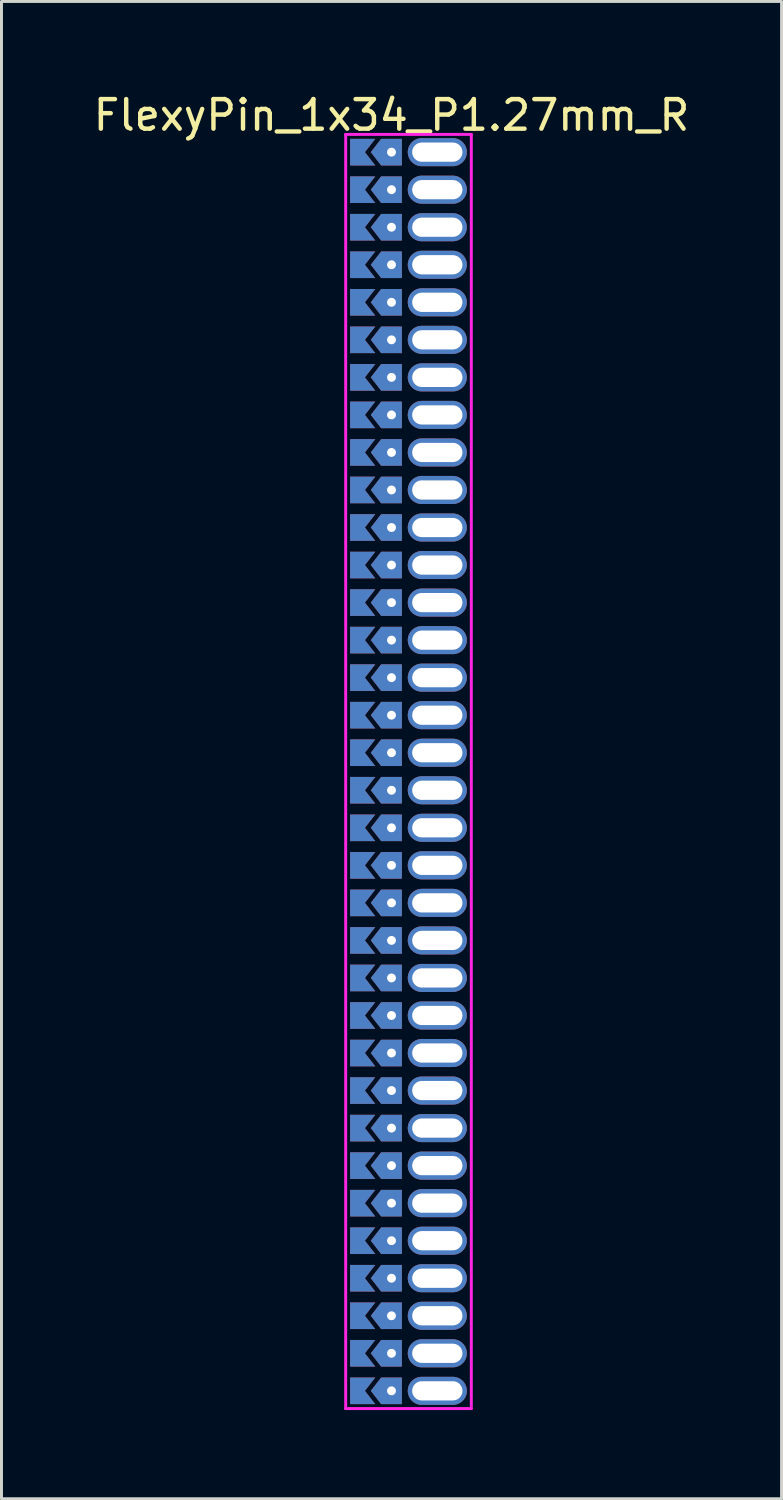
<source format=kicad_pcb>
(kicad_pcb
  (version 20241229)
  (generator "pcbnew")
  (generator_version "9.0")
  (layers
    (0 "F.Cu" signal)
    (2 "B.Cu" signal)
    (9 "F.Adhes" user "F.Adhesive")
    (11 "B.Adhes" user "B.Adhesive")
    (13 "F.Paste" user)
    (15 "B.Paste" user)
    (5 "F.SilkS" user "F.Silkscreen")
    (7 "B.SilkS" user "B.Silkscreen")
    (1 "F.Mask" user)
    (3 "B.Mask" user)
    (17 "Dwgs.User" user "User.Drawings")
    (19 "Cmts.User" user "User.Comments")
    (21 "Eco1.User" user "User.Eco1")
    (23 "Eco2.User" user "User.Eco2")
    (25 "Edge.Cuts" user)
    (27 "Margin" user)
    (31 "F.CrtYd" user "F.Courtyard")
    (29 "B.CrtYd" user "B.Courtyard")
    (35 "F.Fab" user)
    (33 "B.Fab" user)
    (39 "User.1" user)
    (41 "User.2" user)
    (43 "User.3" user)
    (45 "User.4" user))
  (footprint "FlexyPin_1x34_P1.27mm_R"
    (layer "F.Cu")
    (at 10.196 2.098)
    (property "Reference" "FlexyPin_1x34_P1.27mm_R" (at 0 -1.25 0) (layer "F.SilkS") (effects (font (size 1 1) (thickness 0.15))))
    (attr through_hole)
    (fp_line (start -1.55 -0.6) (end 2.7 -0.6) (stroke (width 0.1) (type solid)) (layer "F.CrtYd"))
    (fp_line (start -1.55 42.51) (end -1.55 -0.6) (stroke (width 0.1) (type solid)) (layer "F.CrtYd"))
    (fp_line (start 2.7 -0.6) (end 2.7 42.51) (stroke (width 0.1) (type solid)) (layer "F.CrtYd"))
    (fp_line (start 2.7 42.51) (end -1.55 42.51) (stroke (width 0.1) (type solid)) (layer "F.CrtYd"))
    (pad "" thru_hole custom (at 0 0) (size 0.3 0.3) (drill 0.6) (layers "*.Cu" "*.Mask") (options (anchor rect)) (primitives (gr_poly (pts (xy 0.35 0.45) (xy 0.35 -0.45) (xy -0.35 -0.45) (xy -0.7 0) (xy -0.35 0.45)) (width 0) (fill yes))))
    (pad "" thru_hole custom (at 0 1.27) (size 0.3 0.3) (drill 0.6) (layers "*.Cu" "*.Mask") (options (anchor rect)) (primitives (gr_poly (pts (xy 0.35 0.45) (xy 0.35 -0.45) (xy -0.35 -0.45) (xy -0.7 0) (xy -0.35 0.45)) (width 0) (fill yes))))
    (pad "" thru_hole custom (at 0 2.54) (size 0.3 0.3) (drill 0.6) (layers "*.Cu" "*.Mask") (options (anchor rect)) (primitives (gr_poly (pts (xy 0.35 0.45) (xy 0.35 -0.45) (xy -0.35 -0.45) (xy -0.7 0) (xy -0.35 0.45)) (width 0) (fill yes))))
    (pad "" thru_hole custom (at 0 3.81) (size 0.3 0.3) (drill 0.6) (layers "*.Cu" "*.Mask") (options (anchor rect)) (primitives (gr_poly (pts (xy 0.35 0.45) (xy 0.35 -0.45) (xy -0.35 -0.45) (xy -0.7 0) (xy -0.35 0.45)) (width 0) (fill yes))))
    (pad "" thru_hole custom (at 0 5.08) (size 0.3 0.3) (drill 0.6) (layers "*.Cu" "*.Mask") (options (anchor rect)) (primitives (gr_poly (pts (xy 0.35 0.45) (xy 0.35 -0.45) (xy -0.35 -0.45) (xy -0.7 0) (xy -0.35 0.45)) (width 0) (fill yes))))
    (pad "" thru_hole custom (at 0 6.35) (size 0.3 0.3) (drill 0.6) (layers "*.Cu" "*.Mask") (options (anchor rect)) (primitives (gr_poly (pts (xy 0.35 0.45) (xy 0.35 -0.45) (xy -0.35 -0.45) (xy -0.7 0) (xy -0.35 0.45)) (width 0) (fill yes))))
    (pad "" thru_hole custom (at 0 7.62) (size 0.3 0.3) (drill 0.6) (layers "*.Cu" "*.Mask") (options (anchor rect)) (primitives (gr_poly (pts (xy 0.35 0.45) (xy 0.35 -0.45) (xy -0.35 -0.45) (xy -0.7 0) (xy -0.35 0.45)) (width 0) (fill yes))))
    (pad "" thru_hole custom (at 0 8.89) (size 0.3 0.3) (drill 0.6) (layers "*.Cu" "*.Mask") (options (anchor rect)) (primitives (gr_poly (pts (xy 0.35 0.45) (xy 0.35 -0.45) (xy -0.35 -0.45) (xy -0.7 0) (xy -0.35 0.45)) (width 0) (fill yes))))
    (pad "" thru_hole custom (at 0 10.16) (size 0.3 0.3) (drill 0.6) (layers "*.Cu" "*.Mask") (options (anchor rect)) (primitives (gr_poly (pts (xy 0.35 0.45) (xy 0.35 -0.45) (xy -0.35 -0.45) (xy -0.7 0) (xy -0.35 0.45)) (width 0) (fill yes))))
    (pad "" thru_hole custom (at 0 11.43) (size 0.3 0.3) (drill 0.6) (layers "*.Cu" "*.Mask") (options (anchor rect)) (primitives (gr_poly (pts (xy 0.35 0.45) (xy 0.35 -0.45) (xy -0.35 -0.45) (xy -0.7 0) (xy -0.35 0.45)) (width 0) (fill yes))))
    (pad "" thru_hole custom (at 0 12.7) (size 0.3 0.3) (drill 0.6) (layers "*.Cu" "*.Mask") (options (anchor rect)) (primitives (gr_poly (pts (xy 0.35 0.45) (xy 0.35 -0.45) (xy -0.35 -0.45) (xy -0.7 0) (xy -0.35 0.45)) (width 0) (fill yes))))
    (pad "" thru_hole custom (at 0 13.97) (size 0.3 0.3) (drill 0.6) (layers "*.Cu" "*.Mask") (options (anchor rect)) (primitives (gr_poly (pts (xy 0.35 0.45) (xy 0.35 -0.45) (xy -0.35 -0.45) (xy -0.7 0) (xy -0.35 0.45)) (width 0) (fill yes))))
    (pad "" thru_hole custom (at 0 15.24) (size 0.3 0.3) (drill 0.6) (layers "*.Cu" "*.Mask") (options (anchor rect)) (primitives (gr_poly (pts (xy 0.35 0.45) (xy 0.35 -0.45) (xy -0.35 -0.45) (xy -0.7 0) (xy -0.35 0.45)) (width 0) (fill yes))))
    (pad "" thru_hole custom (at 0 16.51) (size 0.3 0.3) (drill 0.6) (layers "*.Cu" "*.Mask") (options (anchor rect)) (primitives (gr_poly (pts (xy 0.35 0.45) (xy 0.35 -0.45) (xy -0.35 -0.45) (xy -0.7 0) (xy -0.35 0.45)) (width 0) (fill yes))))
    (pad "" thru_hole custom (at 0 17.78) (size 0.3 0.3) (drill 0.6) (layers "*.Cu" "*.Mask") (options (anchor rect)) (primitives (gr_poly (pts (xy 0.35 0.45) (xy 0.35 -0.45) (xy -0.35 -0.45) (xy -0.7 0) (xy -0.35 0.45)) (width 0) (fill yes))))
    (pad "" thru_hole custom (at 0 19.05) (size 0.3 0.3) (drill 0.6) (layers "*.Cu" "*.Mask") (options (anchor rect)) (primitives (gr_poly (pts (xy 0.35 0.45) (xy 0.35 -0.45) (xy -0.35 -0.45) (xy -0.7 0) (xy -0.35 0.45)) (width 0) (fill yes))))
    (pad "" thru_hole custom (at 0 20.32) (size 0.3 0.3) (drill 0.6) (layers "*.Cu" "*.Mask") (options (anchor rect)) (primitives (gr_poly (pts (xy 0.35 0.45) (xy 0.35 -0.45) (xy -0.35 -0.45) (xy -0.7 0) (xy -0.35 0.45)) (width 0) (fill yes))))
    (pad "" thru_hole custom (at 0 21.59) (size 0.3 0.3) (drill 0.6) (layers "*.Cu" "*.Mask") (options (anchor rect)) (primitives (gr_poly (pts (xy 0.35 0.45) (xy 0.35 -0.45) (xy -0.35 -0.45) (xy -0.7 0) (xy -0.35 0.45)) (width 0) (fill yes))))
    (pad "" thru_hole custom (at 0 22.86) (size 0.3 0.3) (drill 0.6) (layers "*.Cu" "*.Mask") (options (anchor rect)) (primitives (gr_poly (pts (xy 0.35 0.45) (xy 0.35 -0.45) (xy -0.35 -0.45) (xy -0.7 0) (xy -0.35 0.45)) (width 0) (fill yes))))
    (pad "" thru_hole custom (at 0 24.13) (size 0.3 0.3) (drill 0.6) (layers "*.Cu" "*.Mask") (options (anchor rect)) (primitives (gr_poly (pts (xy 0.35 0.45) (xy 0.35 -0.45) (xy -0.35 -0.45) (xy -0.7 0) (xy -0.35 0.45)) (width 0) (fill yes))))
    (pad "" thru_hole custom (at 0 25.4) (size 0.3 0.3) (drill 0.6) (layers "*.Cu" "*.Mask") (options (anchor rect)) (primitives (gr_poly (pts (xy 0.35 0.45) (xy 0.35 -0.45) (xy -0.35 -0.45) (xy -0.7 0) (xy -0.35 0.45)) (width 0) (fill yes))))
    (pad "" thru_hole custom (at 0 26.67) (size 0.3 0.3) (drill 0.6) (layers "*.Cu" "*.Mask") (options (anchor rect)) (primitives (gr_poly (pts (xy 0.35 0.45) (xy 0.35 -0.45) (xy -0.35 -0.45) (xy -0.7 0) (xy -0.35 0.45)) (width 0) (fill yes))))
    (pad "" thru_hole custom (at 0 27.94) (size 0.3 0.3) (drill 0.6) (layers "*.Cu" "*.Mask") (options (anchor rect)) (primitives (gr_poly (pts (xy 0.35 0.45) (xy 0.35 -0.45) (xy -0.35 -0.45) (xy -0.7 0) (xy -0.35 0.45)) (width 0) (fill yes))))
    (pad "" thru_hole custom (at 0 29.21) (size 0.3 0.3) (drill 0.6) (layers "*.Cu" "*.Mask") (options (anchor rect)) (primitives (gr_poly (pts (xy 0.35 0.45) (xy 0.35 -0.45) (xy -0.35 -0.45) (xy -0.7 0) (xy -0.35 0.45)) (width 0) (fill yes))))
    (pad "" thru_hole custom (at 0 30.48) (size 0.3 0.3) (drill 0.6) (layers "*.Cu" "*.Mask") (options (anchor rect)) (primitives (gr_poly (pts (xy 0.35 0.45) (xy 0.35 -0.45) (xy -0.35 -0.45) (xy -0.7 0) (xy -0.35 0.45)) (width 0) (fill yes))))
    (pad "" thru_hole custom (at 0 31.75) (size 0.3 0.3) (drill 0.6) (layers "*.Cu" "*.Mask") (options (anchor rect)) (primitives (gr_poly (pts (xy 0.35 0.45) (xy 0.35 -0.45) (xy -0.35 -0.45) (xy -0.7 0) (xy -0.35 0.45)) (width 0) (fill yes))))
    (pad "" thru_hole custom (at 0 33.02) (size 0.3 0.3) (drill 0.6) (layers "*.Cu" "*.Mask") (options (anchor rect)) (primitives (gr_poly (pts (xy 0.35 0.45) (xy 0.35 -0.45) (xy -0.35 -0.45) (xy -0.7 0) (xy -0.35 0.45)) (width 0) (fill yes))))
    (pad "" thru_hole custom (at 0 34.29) (size 0.3 0.3) (drill 0.6) (layers "*.Cu" "*.Mask") (options (anchor rect)) (primitives (gr_poly (pts (xy 0.35 0.45) (xy 0.35 -0.45) (xy -0.35 -0.45) (xy -0.7 0) (xy -0.35 0.45)) (width 0) (fill yes))))
    (pad "" thru_hole custom (at 0 35.56) (size 0.3 0.3) (drill 0.6) (layers "*.Cu" "*.Mask") (options (anchor rect)) (primitives (gr_poly (pts (xy 0.35 0.45) (xy 0.35 -0.45) (xy -0.35 -0.45) (xy -0.7 0) (xy -0.35 0.45)) (width 0) (fill yes))))
    (pad "" thru_hole custom (at 0 36.83) (size 0.3 0.3) (drill 0.6) (layers "*.Cu" "*.Mask") (options (anchor rect)) (primitives (gr_poly (pts (xy 0.35 0.45) (xy 0.35 -0.45) (xy -0.35 -0.45) (xy -0.7 0) (xy -0.35 0.45)) (width 0) (fill yes))))
    (pad "" thru_hole custom (at 0 38.1) (size 0.3 0.3) (drill 0.6) (layers "*.Cu" "*.Mask") (options (anchor rect)) (primitives (gr_poly (pts (xy 0.35 0.45) (xy 0.35 -0.45) (xy -0.35 -0.45) (xy -0.7 0) (xy -0.35 0.45)) (width 0) (fill yes))))
    (pad "" thru_hole custom (at 0 39.37) (size 0.3 0.3) (drill 0.6) (layers "*.Cu" "*.Mask") (options (anchor rect)) (primitives (gr_poly (pts (xy 0.35 0.45) (xy 0.35 -0.45) (xy -0.35 -0.45) (xy -0.7 0) (xy -0.35 0.45)) (width 0) (fill yes))))
    (pad "" thru_hole custom (at 0 40.64) (size 0.3 0.3) (drill 0.6) (layers "*.Cu" "*.Mask") (options (anchor rect)) (primitives (gr_poly (pts (xy 0.35 0.45) (xy 0.35 -0.45) (xy -0.35 -0.45) (xy -0.7 0) (xy -0.35 0.45)) (width 0) (fill yes))))
    (pad "" thru_hole custom (at 0 41.91) (size 0.3 0.3) (drill 0.6) (layers "*.Cu" "*.Mask") (options (anchor rect)) (primitives (gr_poly (pts (xy 0.35 0.45) (xy 0.35 -0.45) (xy -0.35 -0.45) (xy -0.7 0) (xy -0.35 0.45)) (width 0) (fill yes))))
    (pad "" thru_hole oval (at 1.55 0) (size 2 0.95) (drill oval 1.7 0.65) (layers "*.Cu" "*.Mask"))
    (pad "" thru_hole oval (at 1.55 1.27) (size 2 0.95) (drill oval 1.7 0.65) (layers "*.Cu" "*.Mask"))
    (pad "" thru_hole oval (at 1.55 2.54) (size 2 0.95) (drill oval 1.7 0.65) (layers "*.Cu" "*.Mask"))
    (pad "" thru_hole oval (at 1.55 3.81) (size 2 0.95) (drill oval 1.7 0.65) (layers "*.Cu" "*.Mask"))
    (pad "" thru_hole oval (at 1.55 5.08) (size 2 0.95) (drill oval 1.7 0.65) (layers "*.Cu" "*.Mask"))
    (pad "" thru_hole oval (at 1.55 6.35) (size 2 0.95) (drill oval 1.7 0.65) (layers "*.Cu" "*.Mask"))
    (pad "" thru_hole oval (at 1.55 7.62) (size 2 0.95) (drill oval 1.7 0.65) (layers "*.Cu" "*.Mask"))
    (pad "" thru_hole oval (at 1.55 8.89) (size 2 0.95) (drill oval 1.7 0.65) (layers "*.Cu" "*.Mask"))
    (pad "" thru_hole oval (at 1.55 10.16) (size 2 0.95) (drill oval 1.7 0.65) (layers "*.Cu" "*.Mask"))
    (pad "" thru_hole oval (at 1.55 11.43) (size 2 0.95) (drill oval 1.7 0.65) (layers "*.Cu" "*.Mask"))
    (pad "" thru_hole oval (at 1.55 12.7) (size 2 0.95) (drill oval 1.7 0.65) (layers "*.Cu" "*.Mask"))
    (pad "" thru_hole oval (at 1.55 13.97) (size 2 0.95) (drill oval 1.7 0.65) (layers "*.Cu" "*.Mask"))
    (pad "" thru_hole oval (at 1.55 15.24) (size 2 0.95) (drill oval 1.7 0.65) (layers "*.Cu" "*.Mask"))
    (pad "" thru_hole oval (at 1.55 16.51) (size 2 0.95) (drill oval 1.7 0.65) (layers "*.Cu" "*.Mask"))
    (pad "" thru_hole oval (at 1.55 17.78) (size 2 0.95) (drill oval 1.7 0.65) (layers "*.Cu" "*.Mask"))
    (pad "" thru_hole oval (at 1.55 19.05) (size 2 0.95) (drill oval 1.7 0.65) (layers "*.Cu" "*.Mask"))
    (pad "" thru_hole oval (at 1.55 20.32) (size 2 0.95) (drill oval 1.7 0.65) (layers "*.Cu" "*.Mask"))
    (pad "" thru_hole oval (at 1.55 21.59) (size 2 0.95) (drill oval 1.7 0.65) (layers "*.Cu" "*.Mask"))
    (pad "" thru_hole oval (at 1.55 22.86) (size 2 0.95) (drill oval 1.7 0.65) (layers "*.Cu" "*.Mask"))
    (pad "" thru_hole oval (at 1.55 24.13) (size 2 0.95) (drill oval 1.7 0.65) (layers "*.Cu" "*.Mask"))
    (pad "" thru_hole oval (at 1.55 25.4) (size 2 0.95) (drill oval 1.7 0.65) (layers "*.Cu" "*.Mask"))
    (pad "" thru_hole oval (at 1.55 26.67) (size 2 0.95) (drill oval 1.7 0.65) (layers "*.Cu" "*.Mask"))
    (pad "" thru_hole oval (at 1.55 27.94) (size 2 0.95) (drill oval 1.7 0.65) (layers "*.Cu" "*.Mask"))
    (pad "" thru_hole oval (at 1.55 29.21) (size 2 0.95) (drill oval 1.7 0.65) (layers "*.Cu" "*.Mask"))
    (pad "" thru_hole oval (at 1.55 30.48) (size 2 0.95) (drill oval 1.7 0.65) (layers "*.Cu" "*.Mask"))
    (pad "" thru_hole oval (at 1.55 31.75) (size 2 0.95) (drill oval 1.7 0.65) (layers "*.Cu" "*.Mask"))
    (pad "" thru_hole oval (at 1.55 33.02) (size 2 0.95) (drill oval 1.7 0.65) (layers "*.Cu" "*.Mask"))
    (pad "" thru_hole oval (at 1.55 34.29) (size 2 0.95) (drill oval 1.7 0.65) (layers "*.Cu" "*.Mask"))
    (pad "" thru_hole oval (at 1.55 35.56) (size 2 0.95) (drill oval 1.7 0.65) (layers "*.Cu" "*.Mask"))
    (pad "" thru_hole oval (at 1.55 36.83) (size 2 0.95) (drill oval 1.7 0.65) (layers "*.Cu" "*.Mask"))
    (pad "" thru_hole oval (at 1.55 38.1) (size 2 0.95) (drill oval 1.7 0.65) (layers "*.Cu" "*.Mask"))
    (pad "" thru_hole oval (at 1.55 39.37) (size 2 0.95) (drill oval 1.7 0.65) (layers "*.Cu" "*.Mask"))
    (pad "" thru_hole oval (at 1.55 40.64) (size 2 0.95) (drill oval 1.7 0.65) (layers "*.Cu" "*.Mask"))
    (pad "" thru_hole oval (at 1.55 41.91) (size 2 0.95) (drill oval 1.7 0.65) (layers "*.Cu" "*.Mask"))
    (pad "1" smd custom (at -0.9 0) (size 0.01 0.01) (layers "F.Cu" "F.Mask") (options (anchor rect)) (primitives (gr_poly (pts (xy 0 0) (xy 0.35 0.45) (xy -0.5 0.45) (xy -0.5 -0.45) (xy 0.35 -0.45)) (width 0) (fill yes))))
    (pad "1" smd custom (at -0.9 1.27) (size 0.01 0.01) (layers "F.Cu" "F.Mask") (options (anchor rect)) (primitives (gr_poly (pts (xy 0 0) (xy 0.35 0.45) (xy -0.5 0.45) (xy -0.5 -0.45) (xy 0.35 -0.45)) (width 0) (fill yes))))
    (pad "1" smd custom (at -0.9 2.54) (size 0.01 0.01) (layers "F.Cu" "F.Mask") (options (anchor rect)) (primitives (gr_poly (pts (xy 0 0) (xy 0.35 0.45) (xy -0.5 0.45) (xy -0.5 -0.45) (xy 0.35 -0.45)) (width 0) (fill yes))))
    (pad "1" smd custom (at -0.9 3.81) (size 0.01 0.01) (layers "F.Cu" "F.Mask") (options (anchor rect)) (primitives (gr_poly (pts (xy 0 0) (xy 0.35 0.45) (xy -0.5 0.45) (xy -0.5 -0.45) (xy 0.35 -0.45)) (width 0) (fill yes))))
    (pad "1" smd custom (at -0.9 5.08) (size 0.01 0.01) (layers "F.Cu" "F.Mask") (options (anchor rect)) (primitives (gr_poly (pts (xy 0 0) (xy 0.35 0.45) (xy -0.5 0.45) (xy -0.5 -0.45) (xy 0.35 -0.45)) (width 0) (fill yes))))
    (pad "1" smd custom (at -0.9 6.35) (size 0.01 0.01) (layers "F.Cu" "F.Mask") (options (anchor rect)) (primitives (gr_poly (pts (xy 0 0) (xy 0.35 0.45) (xy -0.5 0.45) (xy -0.5 -0.45) (xy 0.35 -0.45)) (width 0) (fill yes))))
    (pad "1" smd custom (at -0.9 7.62) (size 0.01 0.01) (layers "F.Cu" "F.Mask") (options (anchor rect)) (primitives (gr_poly (pts (xy 0 0) (xy 0.35 0.45) (xy -0.5 0.45) (xy -0.5 -0.45) (xy 0.35 -0.45)) (width 0) (fill yes))))
    (pad "1" smd custom (at -0.9 8.89) (size 0.01 0.01) (layers "F.Cu" "F.Mask") (options (anchor rect)) (primitives (gr_poly (pts (xy 0 0) (xy 0.35 0.45) (xy -0.5 0.45) (xy -0.5 -0.45) (xy 0.35 -0.45)) (width 0) (fill yes))))
    (pad "1" smd custom (at -0.9 10.16) (size 0.01 0.01) (layers "F.Cu" "F.Mask") (options (anchor rect)) (primitives (gr_poly (pts (xy 0 0) (xy 0.35 0.45) (xy -0.5 0.45) (xy -0.5 -0.45) (xy 0.35 -0.45)) (width 0) (fill yes))))
    (pad "1" smd custom (at -0.9 11.43) (size 0.01 0.01) (layers "F.Cu" "F.Mask") (options (anchor rect)) (primitives (gr_poly (pts (xy 0 0) (xy 0.35 0.45) (xy -0.5 0.45) (xy -0.5 -0.45) (xy 0.35 -0.45)) (width 0) (fill yes))))
    (pad "1" smd custom (at -0.9 12.7) (size 0.01 0.01) (layers "F.Cu" "F.Mask") (options (anchor rect)) (primitives (gr_poly (pts (xy 0 0) (xy 0.35 0.45) (xy -0.5 0.45) (xy -0.5 -0.45) (xy 0.35 -0.45)) (width 0) (fill yes))))
    (pad "1" smd custom (at -0.9 13.97) (size 0.01 0.01) (layers "F.Cu" "F.Mask") (options (anchor rect)) (primitives (gr_poly (pts (xy 0 0) (xy 0.35 0.45) (xy -0.5 0.45) (xy -0.5 -0.45) (xy 0.35 -0.45)) (width 0) (fill yes))))
    (pad "1" smd custom (at -0.9 15.24) (size 0.01 0.01) (layers "F.Cu" "F.Mask") (options (anchor rect)) (primitives (gr_poly (pts (xy 0 0) (xy 0.35 0.45) (xy -0.5 0.45) (xy -0.5 -0.45) (xy 0.35 -0.45)) (width 0) (fill yes))))
    (pad "1" smd custom (at -0.9 16.51) (size 0.01 0.01) (layers "F.Cu" "F.Mask") (options (anchor rect)) (primitives (gr_poly (pts (xy 0 0) (xy 0.35 0.45) (xy -0.5 0.45) (xy -0.5 -0.45) (xy 0.35 -0.45)) (width 0) (fill yes))))
    (pad "1" smd custom (at -0.9 17.78) (size 0.01 0.01) (layers "F.Cu" "F.Mask") (options (anchor rect)) (primitives (gr_poly (pts (xy 0 0) (xy 0.35 0.45) (xy -0.5 0.45) (xy -0.5 -0.45) (xy 0.35 -0.45)) (width 0) (fill yes))))
    (pad "1" smd custom (at -0.9 19.05) (size 0.01 0.01) (layers "F.Cu" "F.Mask") (options (anchor rect)) (primitives (gr_poly (pts (xy 0 0) (xy 0.35 0.45) (xy -0.5 0.45) (xy -0.5 -0.45) (xy 0.35 -0.45)) (width 0) (fill yes))))
    (pad "1" smd custom (at -0.9 20.32) (size 0.01 0.01) (layers "F.Cu" "F.Mask") (options (anchor rect)) (primitives (gr_poly (pts (xy 0 0) (xy 0.35 0.45) (xy -0.5 0.45) (xy -0.5 -0.45) (xy 0.35 -0.45)) (width 0) (fill yes))))
    (pad "1" smd custom (at -0.9 21.59) (size 0.01 0.01) (layers "F.Cu" "F.Mask") (options (anchor rect)) (primitives (gr_poly (pts (xy 0 0) (xy 0.35 0.45) (xy -0.5 0.45) (xy -0.5 -0.45) (xy 0.35 -0.45)) (width 0) (fill yes))))
    (pad "1" smd custom (at -0.9 22.86) (size 0.01 0.01) (layers "F.Cu" "F.Mask") (options (anchor rect)) (primitives (gr_poly (pts (xy 0 0) (xy 0.35 0.45) (xy -0.5 0.45) (xy -0.5 -0.45) (xy 0.35 -0.45)) (width 0) (fill yes))))
    (pad "1" smd custom (at -0.9 24.13) (size 0.01 0.01) (layers "F.Cu" "F.Mask") (options (anchor rect)) (primitives (gr_poly (pts (xy 0 0) (xy 0.35 0.45) (xy -0.5 0.45) (xy -0.5 -0.45) (xy 0.35 -0.45)) (width 0) (fill yes))))
    (pad "1" smd custom (at -0.9 25.4) (size 0.01 0.01) (layers "F.Cu" "F.Mask") (options (anchor rect)) (primitives (gr_poly (pts (xy 0 0) (xy 0.35 0.45) (xy -0.5 0.45) (xy -0.5 -0.45) (xy 0.35 -0.45)) (width 0) (fill yes))))
    (pad "1" smd custom (at -0.9 26.67) (size 0.01 0.01) (layers "F.Cu" "F.Mask") (options (anchor rect)) (primitives (gr_poly (pts (xy 0 0) (xy 0.35 0.45) (xy -0.5 0.45) (xy -0.5 -0.45) (xy 0.35 -0.45)) (width 0) (fill yes))))
    (pad "1" smd custom (at -0.9 27.94) (size 0.01 0.01) (layers "F.Cu" "F.Mask") (options (anchor rect)) (primitives (gr_poly (pts (xy 0 0) (xy 0.35 0.45) (xy -0.5 0.45) (xy -0.5 -0.45) (xy 0.35 -0.45)) (width 0) (fill yes))))
    (pad "1" smd custom (at -0.9 29.21) (size 0.01 0.01) (layers "F.Cu" "F.Mask") (options (anchor rect)) (primitives (gr_poly (pts (xy 0 0) (xy 0.35 0.45) (xy -0.5 0.45) (xy -0.5 -0.45) (xy 0.35 -0.45)) (width 0) (fill yes))))
    (pad "1" smd custom (at -0.9 30.48) (size 0.01 0.01) (layers "F.Cu" "F.Mask") (options (anchor rect)) (primitives (gr_poly (pts (xy 0 0) (xy 0.35 0.45) (xy -0.5 0.45) (xy -0.5 -0.45) (xy 0.35 -0.45)) (width 0) (fill yes))))
    (pad "1" smd custom (at -0.9 31.75) (size 0.01 0.01) (layers "F.Cu" "F.Mask") (options (anchor rect)) (primitives (gr_poly (pts (xy 0 0) (xy 0.35 0.45) (xy -0.5 0.45) (xy -0.5 -0.45) (xy 0.35 -0.45)) (width 0) (fill yes))))
    (pad "1" smd custom (at -0.9 33.02) (size 0.01 0.01) (layers "F.Cu" "F.Mask") (options (anchor rect)) (primitives (gr_poly (pts (xy 0 0) (xy 0.35 0.45) (xy -0.5 0.45) (xy -0.5 -0.45) (xy 0.35 -0.45)) (width 0) (fill yes))))
    (pad "1" smd custom (at -0.9 34.29) (size 0.01 0.01) (layers "F.Cu" "F.Mask") (options (anchor rect)) (primitives (gr_poly (pts (xy 0 0) (xy 0.35 0.45) (xy -0.5 0.45) (xy -0.5 -0.45) (xy 0.35 -0.45)) (width 0) (fill yes))))
    (pad "1" smd custom (at -0.9 35.56) (size 0.01 0.01) (layers "F.Cu" "F.Mask") (options (anchor rect)) (primitives (gr_poly (pts (xy 0 0) (xy 0.35 0.45) (xy -0.5 0.45) (xy -0.5 -0.45) (xy 0.35 -0.45)) (width 0) (fill yes))))
    (pad "1" smd custom (at -0.9 36.83) (size 0.01 0.01) (layers "F.Cu" "F.Mask") (options (anchor rect)) (primitives (gr_poly (pts (xy 0 0) (xy 0.35 0.45) (xy -0.5 0.45) (xy -0.5 -0.45) (xy 0.35 -0.45)) (width 0) (fill yes))))
    (pad "1" smd custom (at -0.9 38.1) (size 0.01 0.01) (layers "F.Cu" "F.Mask") (options (anchor rect)) (primitives (gr_poly (pts (xy 0 0) (xy 0.35 0.45) (xy -0.5 0.45) (xy -0.5 -0.45) (xy 0.35 -0.45)) (width 0) (fill yes))))
    (pad "1" smd custom (at -0.9 39.37) (size 0.01 0.01) (layers "F.Cu" "F.Mask") (options (anchor rect)) (primitives (gr_poly (pts (xy 0 0) (xy 0.35 0.45) (xy -0.5 0.45) (xy -0.5 -0.45) (xy 0.35 -0.45)) (width 0) (fill yes))))
    (pad "1" smd custom (at -0.9 40.64) (size 0.01 0.01) (layers "F.Cu" "F.Mask") (options (anchor rect)) (primitives (gr_poly (pts (xy 0 0) (xy 0.35 0.45) (xy -0.5 0.45) (xy -0.5 -0.45) (xy 0.35 -0.45)) (width 0) (fill yes))))
    (pad "1" smd custom (at -0.9 41.91) (size 0.01 0.01) (layers "F.Cu" "F.Mask") (options (anchor rect)) (primitives (gr_poly (pts (xy 0 0) (xy 0.35 0.45) (xy -0.5 0.45) (xy -0.5 -0.45) (xy 0.35 -0.45)) (width 0) (fill yes))))
    (pad "2" smd custom (at -0.9 0) (size 0.01 0.01) (layers "B.Cu" "B.Mask") (options (anchor rect)) (primitives (gr_poly (pts (xy 0 0) (xy 0.35 0.45) (xy -0.5 0.45) (xy -0.5 -0.45) (xy 0.35 -0.45)) (width 0) (fill yes))))
    (pad "2" smd custom (at -0.9 1.27) (size 0.01 0.01) (layers "B.Cu" "B.Mask") (options (anchor rect)) (primitives (gr_poly (pts (xy 0 0) (xy 0.35 0.45) (xy -0.5 0.45) (xy -0.5 -0.45) (xy 0.35 -0.45)) (width 0) (fill yes))))
    (pad "2" smd custom (at -0.9 2.54) (size 0.01 0.01) (layers "B.Cu" "B.Mask") (options (anchor rect)) (primitives (gr_poly (pts (xy 0 0) (xy 0.35 0.45) (xy -0.5 0.45) (xy -0.5 -0.45) (xy 0.35 -0.45)) (width 0) (fill yes))))
    (pad "2" smd custom (at -0.9 3.81) (size 0.01 0.01) (layers "B.Cu" "B.Mask") (options (anchor rect)) (primitives (gr_poly (pts (xy 0 0) (xy 0.35 0.45) (xy -0.5 0.45) (xy -0.5 -0.45) (xy 0.35 -0.45)) (width 0) (fill yes))))
    (pad "2" smd custom (at -0.9 5.08) (size 0.01 0.01) (layers "B.Cu" "B.Mask") (options (anchor rect)) (primitives (gr_poly (pts (xy 0 0) (xy 0.35 0.45) (xy -0.5 0.45) (xy -0.5 -0.45) (xy 0.35 -0.45)) (width 0) (fill yes))))
    (pad "2" smd custom (at -0.9 6.35) (size 0.01 0.01) (layers "B.Cu" "B.Mask") (options (anchor rect)) (primitives (gr_poly (pts (xy 0 0) (xy 0.35 0.45) (xy -0.5 0.45) (xy -0.5 -0.45) (xy 0.35 -0.45)) (width 0) (fill yes))))
    (pad "2" smd custom (at -0.9 7.62) (size 0.01 0.01) (layers "B.Cu" "B.Mask") (options (anchor rect)) (primitives (gr_poly (pts (xy 0 0) (xy 0.35 0.45) (xy -0.5 0.45) (xy -0.5 -0.45) (xy 0.35 -0.45)) (width 0) (fill yes))))
    (pad "2" smd custom (at -0.9 8.89) (size 0.01 0.01) (layers "B.Cu" "B.Mask") (options (anchor rect)) (primitives (gr_poly (pts (xy 0 0) (xy 0.35 0.45) (xy -0.5 0.45) (xy -0.5 -0.45) (xy 0.35 -0.45)) (width 0) (fill yes))))
    (pad "2" smd custom (at -0.9 10.16) (size 0.01 0.01) (layers "B.Cu" "B.Mask") (options (anchor rect)) (primitives (gr_poly (pts (xy 0 0) (xy 0.35 0.45) (xy -0.5 0.45) (xy -0.5 -0.45) (xy 0.35 -0.45)) (width 0) (fill yes))))
    (pad "2" smd custom (at -0.9 11.43) (size 0.01 0.01) (layers "B.Cu" "B.Mask") (options (anchor rect)) (primitives (gr_poly (pts (xy 0 0) (xy 0.35 0.45) (xy -0.5 0.45) (xy -0.5 -0.45) (xy 0.35 -0.45)) (width 0) (fill yes))))
    (pad "2" smd custom (at -0.9 12.7) (size 0.01 0.01) (layers "B.Cu" "B.Mask") (options (anchor rect)) (primitives (gr_poly (pts (xy 0 0) (xy 0.35 0.45) (xy -0.5 0.45) (xy -0.5 -0.45) (xy 0.35 -0.45)) (width 0) (fill yes))))
    (pad "2" smd custom (at -0.9 13.97) (size 0.01 0.01) (layers "B.Cu" "B.Mask") (options (anchor rect)) (primitives (gr_poly (pts (xy 0 0) (xy 0.35 0.45) (xy -0.5 0.45) (xy -0.5 -0.45) (xy 0.35 -0.45)) (width 0) (fill yes))))
    (pad "2" smd custom (at -0.9 15.24) (size 0.01 0.01) (layers "B.Cu" "B.Mask") (options (anchor rect)) (primitives (gr_poly (pts (xy 0 0) (xy 0.35 0.45) (xy -0.5 0.45) (xy -0.5 -0.45) (xy 0.35 -0.45)) (width 0) (fill yes))))
    (pad "2" smd custom (at -0.9 16.51) (size 0.01 0.01) (layers "B.Cu" "B.Mask") (options (anchor rect)) (primitives (gr_poly (pts (xy 0 0) (xy 0.35 0.45) (xy -0.5 0.45) (xy -0.5 -0.45) (xy 0.35 -0.45)) (width 0) (fill yes))))
    (pad "2" smd custom (at -0.9 17.78) (size 0.01 0.01) (layers "B.Cu" "B.Mask") (options (anchor rect)) (primitives (gr_poly (pts (xy 0 0) (xy 0.35 0.45) (xy -0.5 0.45) (xy -0.5 -0.45) (xy 0.35 -0.45)) (width 0) (fill yes))))
    (pad "2" smd custom (at -0.9 19.05) (size 0.01 0.01) (layers "B.Cu" "B.Mask") (options (anchor rect)) (primitives (gr_poly (pts (xy 0 0) (xy 0.35 0.45) (xy -0.5 0.45) (xy -0.5 -0.45) (xy 0.35 -0.45)) (width 0) (fill yes))))
    (pad "2" smd custom (at -0.9 20.32) (size 0.01 0.01) (layers "B.Cu" "B.Mask") (options (anchor rect)) (primitives (gr_poly (pts (xy 0 0) (xy 0.35 0.45) (xy -0.5 0.45) (xy -0.5 -0.45) (xy 0.35 -0.45)) (width 0) (fill yes))))
    (pad "2" smd custom (at -0.9 21.59) (size 0.01 0.01) (layers "B.Cu" "B.Mask") (options (anchor rect)) (primitives (gr_poly (pts (xy 0 0) (xy 0.35 0.45) (xy -0.5 0.45) (xy -0.5 -0.45) (xy 0.35 -0.45)) (width 0) (fill yes))))
    (pad "2" smd custom (at -0.9 22.86) (size 0.01 0.01) (layers "B.Cu" "B.Mask") (options (anchor rect)) (primitives (gr_poly (pts (xy 0 0) (xy 0.35 0.45) (xy -0.5 0.45) (xy -0.5 -0.45) (xy 0.35 -0.45)) (width 0) (fill yes))))
    (pad "2" smd custom (at -0.9 24.13) (size 0.01 0.01) (layers "B.Cu" "B.Mask") (options (anchor rect)) (primitives (gr_poly (pts (xy 0 0) (xy 0.35 0.45) (xy -0.5 0.45) (xy -0.5 -0.45) (xy 0.35 -0.45)) (width 0) (fill yes))))
    (pad "2" smd custom (at -0.9 25.4) (size 0.01 0.01) (layers "B.Cu" "B.Mask") (options (anchor rect)) (primitives (gr_poly (pts (xy 0 0) (xy 0.35 0.45) (xy -0.5 0.45) (xy -0.5 -0.45) (xy 0.35 -0.45)) (width 0) (fill yes))))
    (pad "2" smd custom (at -0.9 26.67) (size 0.01 0.01) (layers "B.Cu" "B.Mask") (options (anchor rect)) (primitives (gr_poly (pts (xy 0 0) (xy 0.35 0.45) (xy -0.5 0.45) (xy -0.5 -0.45) (xy 0.35 -0.45)) (width 0) (fill yes))))
    (pad "2" smd custom (at -0.9 27.94) (size 0.01 0.01) (layers "B.Cu" "B.Mask") (options (anchor rect)) (primitives (gr_poly (pts (xy 0 0) (xy 0.35 0.45) (xy -0.5 0.45) (xy -0.5 -0.45) (xy 0.35 -0.45)) (width 0) (fill yes))))
    (pad "2" smd custom (at -0.9 29.21) (size 0.01 0.01) (layers "B.Cu" "B.Mask") (options (anchor rect)) (primitives (gr_poly (pts (xy 0 0) (xy 0.35 0.45) (xy -0.5 0.45) (xy -0.5 -0.45) (xy 0.35 -0.45)) (width 0) (fill yes))))
    (pad "2" smd custom (at -0.9 30.48) (size 0.01 0.01) (layers "B.Cu" "B.Mask") (options (anchor rect)) (primitives (gr_poly (pts (xy 0 0) (xy 0.35 0.45) (xy -0.5 0.45) (xy -0.5 -0.45) (xy 0.35 -0.45)) (width 0) (fill yes))))
    (pad "2" smd custom (at -0.9 31.75) (size 0.01 0.01) (layers "B.Cu" "B.Mask") (options (anchor rect)) (primitives (gr_poly (pts (xy 0 0) (xy 0.35 0.45) (xy -0.5 0.45) (xy -0.5 -0.45) (xy 0.35 -0.45)) (width 0) (fill yes))))
    (pad "2" smd custom (at -0.9 33.02) (size 0.01 0.01) (layers "B.Cu" "B.Mask") (options (anchor rect)) (primitives (gr_poly (pts (xy 0 0) (xy 0.35 0.45) (xy -0.5 0.45) (xy -0.5 -0.45) (xy 0.35 -0.45)) (width 0) (fill yes))))
    (pad "2" smd custom (at -0.9 34.29) (size 0.01 0.01) (layers "B.Cu" "B.Mask") (options (anchor rect)) (primitives (gr_poly (pts (xy 0 0) (xy 0.35 0.45) (xy -0.5 0.45) (xy -0.5 -0.45) (xy 0.35 -0.45)) (width 0) (fill yes))))
    (pad "2" smd custom (at -0.9 35.56) (size 0.01 0.01) (layers "B.Cu" "B.Mask") (options (anchor rect)) (primitives (gr_poly (pts (xy 0 0) (xy 0.35 0.45) (xy -0.5 0.45) (xy -0.5 -0.45) (xy 0.35 -0.45)) (width 0) (fill yes))))
    (pad "2" smd custom (at -0.9 36.83) (size 0.01 0.01) (layers "B.Cu" "B.Mask") (options (anchor rect)) (primitives (gr_poly (pts (xy 0 0) (xy 0.35 0.45) (xy -0.5 0.45) (xy -0.5 -0.45) (xy 0.35 -0.45)) (width 0) (fill yes))))
    (pad "2" smd custom (at -0.9 38.1) (size 0.01 0.01) (layers "B.Cu" "B.Mask") (options (anchor rect)) (primitives (gr_poly (pts (xy 0 0) (xy 0.35 0.45) (xy -0.5 0.45) (xy -0.5 -0.45) (xy 0.35 -0.45)) (width 0) (fill yes))))
    (pad "2" smd custom (at -0.9 39.37) (size 0.01 0.01) (layers "B.Cu" "B.Mask") (options (anchor rect)) (primitives (gr_poly (pts (xy 0 0) (xy 0.35 0.45) (xy -0.5 0.45) (xy -0.5 -0.45) (xy 0.35 -0.45)) (width 0) (fill yes))))
    (pad "2" smd custom (at -0.9 40.64) (size 0.01 0.01) (layers "B.Cu" "B.Mask") (options (anchor rect)) (primitives (gr_poly (pts (xy 0 0) (xy 0.35 0.45) (xy -0.5 0.45) (xy -0.5 -0.45) (xy 0.35 -0.45)) (width 0) (fill yes))))
    (pad "2" smd custom (at -0.9 41.91) (size 0.01 0.01) (layers "B.Cu" "B.Mask") (options (anchor rect)) (primitives (gr_poly (pts (xy 0 0) (xy 0.35 0.45) (xy -0.5 0.45) (xy -0.5 -0.45) (xy 0.35 -0.45)) (width 0) (fill yes)))))
  (gr_rect
    (start -3 -3)
    (end 23.393 47.658)
    (stroke (width 0.1) (type default))
    (fill no)
    (layer "Edge.Cuts")))
</source>
